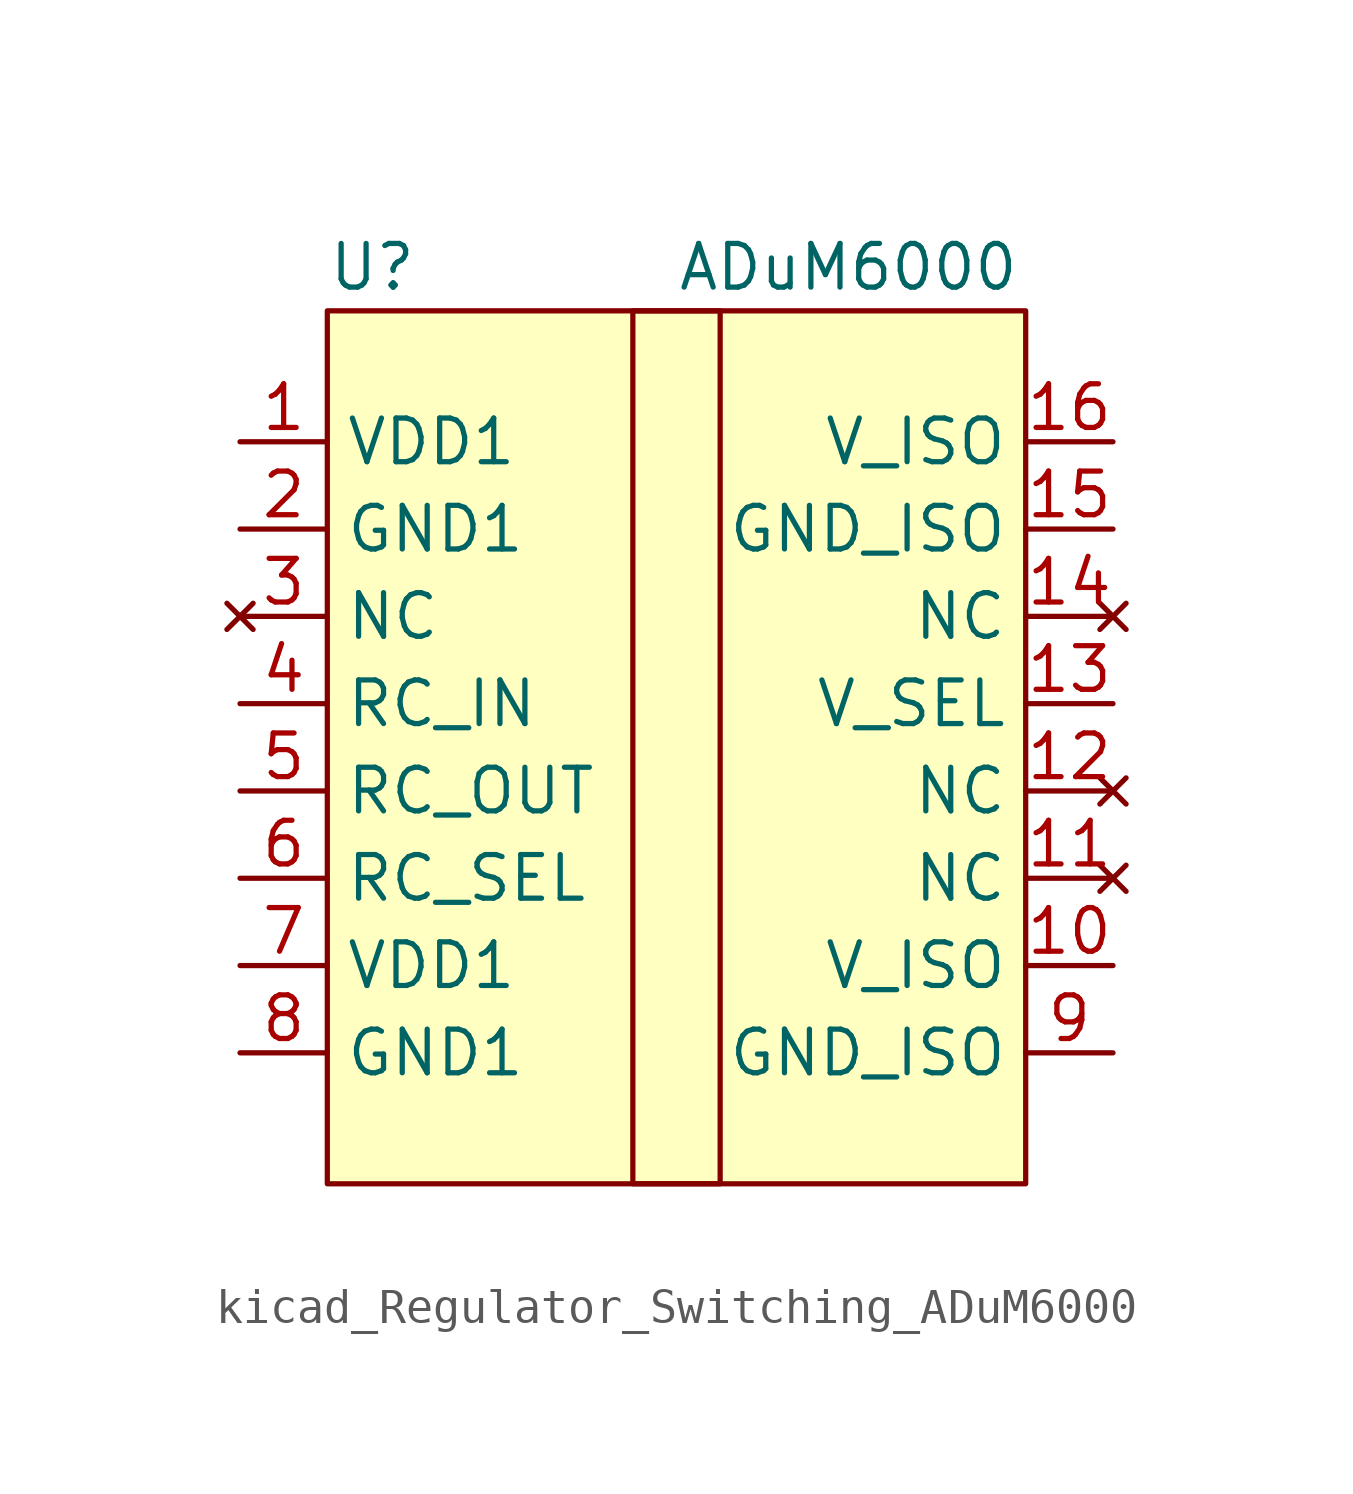
<source format=kicad_sym>
(kicad_symbol_lib
  (version 20220914)
  (generator kicad_symbol_editor)
  (symbol "kicad_Regulator_Switching_ADuM6000"
    (property "Reference" "U"
      (at -10.16 12.7 0)
      (effects (font (size 1.27 1.27)) (justify left)))
    (property "Value" "ADuM6000"
      (at 0 12.7 0)
      (effects (font (size 1.27 1.27)) (justify left)))
    (symbol "kicad_Regulator_Switching_ADuM6000_0_1"
      (rectangle (start -10.16 11.43) (end 10.16 -13.97) (stroke (width 0) (type default)) (fill (type background)))
      (rectangle (start -1.27 11.43) (end 1.27 -13.97) (stroke (width 0) (type default)) (fill (type none))))
    (symbol "kicad_Regulator_Switching_ADuM6000_1_1"
      (pin power_in line (at -12.7 7.62 0) (length 2.54) (name "VDD1" (effects (font (size 1.27 1.27)))) (number "1" (effects (font (size 1.27 1.27)))))
      (pin passive line (at 12.7 -7.62 180) (length 2.54) (name "V_ISO" (effects (font (size 1.27 1.27)))) (number "10" (effects (font (size 1.27 1.27)))))
      (pin no_connect line (at 12.7 -5.08 180) (length 2.54) (name "NC" (effects (font (size 1.27 1.27)))) (number "11" (effects (font (size 1.27 1.27)))))
      (pin no_connect line (at 12.7 -2.54 180) (length 2.54) (name "NC" (effects (font (size 1.27 1.27)))) (number "12" (effects (font (size 1.27 1.27)))))
      (pin input line (at 12.7 0 180) (length 2.54) (name "V_SEL" (effects (font (size 1.27 1.27)))) (number "13" (effects (font (size 1.27 1.27)))))
      (pin no_connect line (at 12.7 2.54 180) (length 2.54) (name "NC" (effects (font (size 1.27 1.27)))) (number "14" (effects (font (size 1.27 1.27)))))
      (pin passive line (at 12.7 5.08 180) (length 2.54) (name "GND_ISO" (effects (font (size 1.27 1.27)))) (number "15" (effects (font (size 1.27 1.27)))))
      (pin power_out line (at 12.7 7.62 180) (length 2.54) (name "V_ISO" (effects (font (size 1.27 1.27)))) (number "16" (effects (font (size 1.27 1.27)))))
      (pin power_in line (at -12.7 5.08 0) (length 2.54) (name "GND1" (effects (font (size 1.27 1.27)))) (number "2" (effects (font (size 1.27 1.27)))))
      (pin no_connect line (at -12.7 2.54 0) (length 2.54) (name "NC" (effects (font (size 1.27 1.27)))) (number "3" (effects (font (size 1.27 1.27)))))
      (pin input line (at -12.7 0 0) (length 2.54) (name "RC_IN" (effects (font (size 1.27 1.27)))) (number "4" (effects (font (size 1.27 1.27)))))
      (pin output line (at -12.7 -2.54 0) (length 2.54) (name "RC_OUT" (effects (font (size 1.27 1.27)))) (number "5" (effects (font (size 1.27 1.27)))))
      (pin input line (at -12.7 -5.08 0) (length 2.54) (name "RC_SEL" (effects (font (size 1.27 1.27)))) (number "6" (effects (font (size 1.27 1.27)))))
      (pin power_in line (at -12.7 -7.62 0) (length 2.54) (name "VDD1" (effects (font (size 1.27 1.27)))) (number "7" (effects (font (size 1.27 1.27)))))
      (pin power_in line (at -12.7 -10.16 0) (length 2.54) (name "GND1" (effects (font (size 1.27 1.27)))) (number "8" (effects (font (size 1.27 1.27)))))
      (pin power_out line (at 12.7 -10.16 180) (length 2.54) (name "GND_ISO" (effects (font (size 1.27 1.27)))) (number "9" (effects (font (size 1.27 1.27))))))))
</source>
